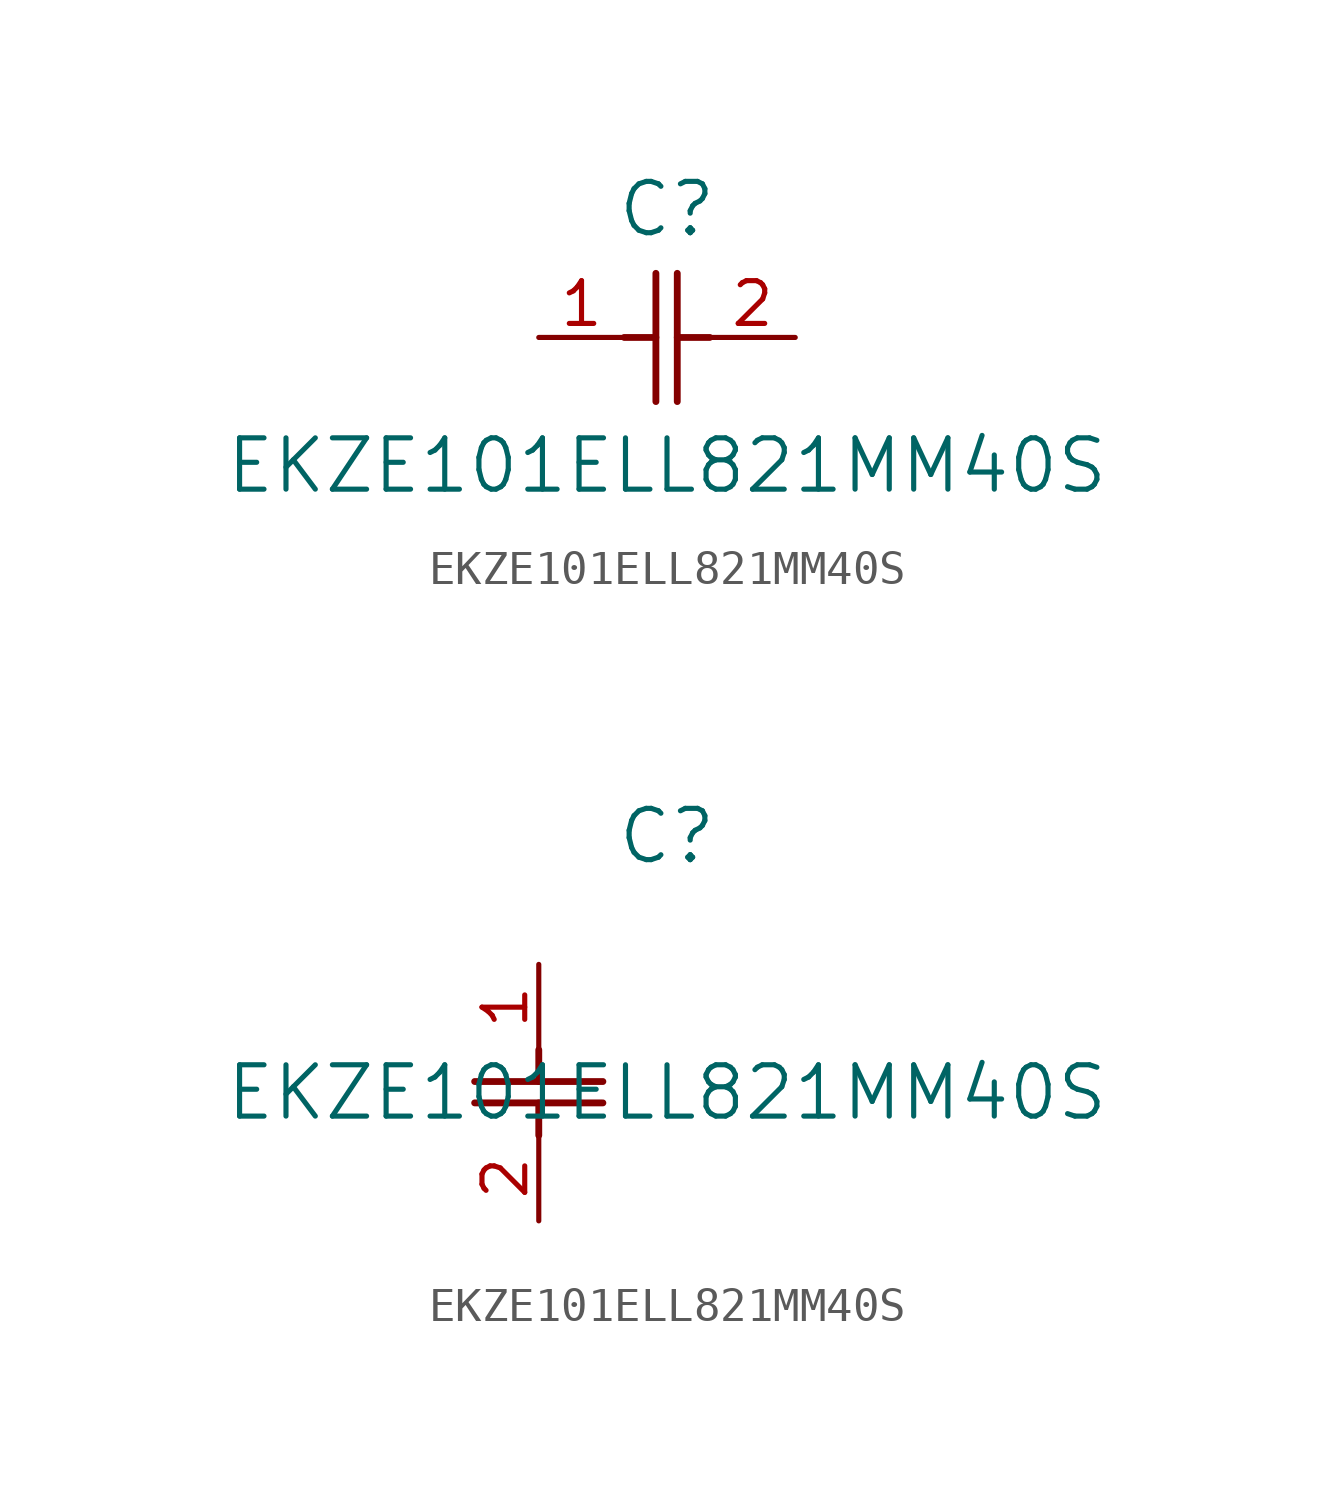
<source format=kicad_sym>
(kicad_symbol_lib
  (version 20211014)
  (generator kicad_symbol_editor)
  (symbol "EKZE101ELL821MM40S"
    (pin_names
      (offset 0.254))
    (property "Reference" "C"
      (at 3.81 3.81 0)
      (effects (font (size 1.524 1.524))))
    (property "Value" "EKZE101ELL821MM40S"
      (at 3.81 -3.81 0)
      (effects (font (size 1.524 1.524))))
    (symbol "EKZE101ELL821MM40S_1_1"
      (polyline (pts (xy 3.48 -1.905) (xy 3.48 1.905)) (stroke (width 0.203) (type default) (color 0 0 0 0)) (fill (type none)))
      (polyline (pts (xy 4.115 -1.905) (xy 4.115 1.905)) (stroke (width 0.203) (type default) (color 0 0 0 0)) (fill (type none)))
      (polyline (pts (xy 4.115 0) (xy 5.08 0)) (stroke (width 0.203) (type default) (color 0 0 0 0)) (fill (type none)))
      (polyline (pts (xy 2.54 0) (xy 3.48 0)) (stroke (width 0.203) (type default) (color 0 0 0 0)) (fill (type none)))
      (pin unspecified line (at 0 0 0) (length 2.54) (name "" (effects (font (size 1.27 1.27)))) (number "1" (effects (font (size 1.27 1.27)))))
      (pin unspecified line (at 7.62 0 180) (length 2.54) (name "" (effects (font (size 1.27 1.27)))) (number "2" (effects (font (size 1.27 1.27))))))
    (symbol "EKZE101ELL821MM40S_1_2"
      (polyline (pts (xy -1.905 -3.48) (xy 1.905 -3.48)) (stroke (width 0.203) (type default) (color 0 0 0 0)) (fill (type none)))
      (polyline (pts (xy -1.905 -4.115) (xy 1.905 -4.115)) (stroke (width 0.203) (type default) (color 0 0 0 0)) (fill (type none)))
      (polyline (pts (xy 0 -4.115) (xy 0 -5.08)) (stroke (width 0.203) (type default) (color 0 0 0 0)) (fill (type none)))
      (polyline (pts (xy 0 -2.54) (xy 0 -3.48)) (stroke (width 0.203) (type default) (color 0 0 0 0)) (fill (type none)))
      (pin unspecified line (at 0 0 270) (length 2.54) (name "" (effects (font (size 1.27 1.27)))) (number "1" (effects (font (size 1.27 1.27)))))
      (pin unspecified line (at 0 -7.62 90) (length 2.54) (name "" (effects (font (size 1.27 1.27)))) (number "2" (effects (font (size 1.27 1.27))))))))
</source>
